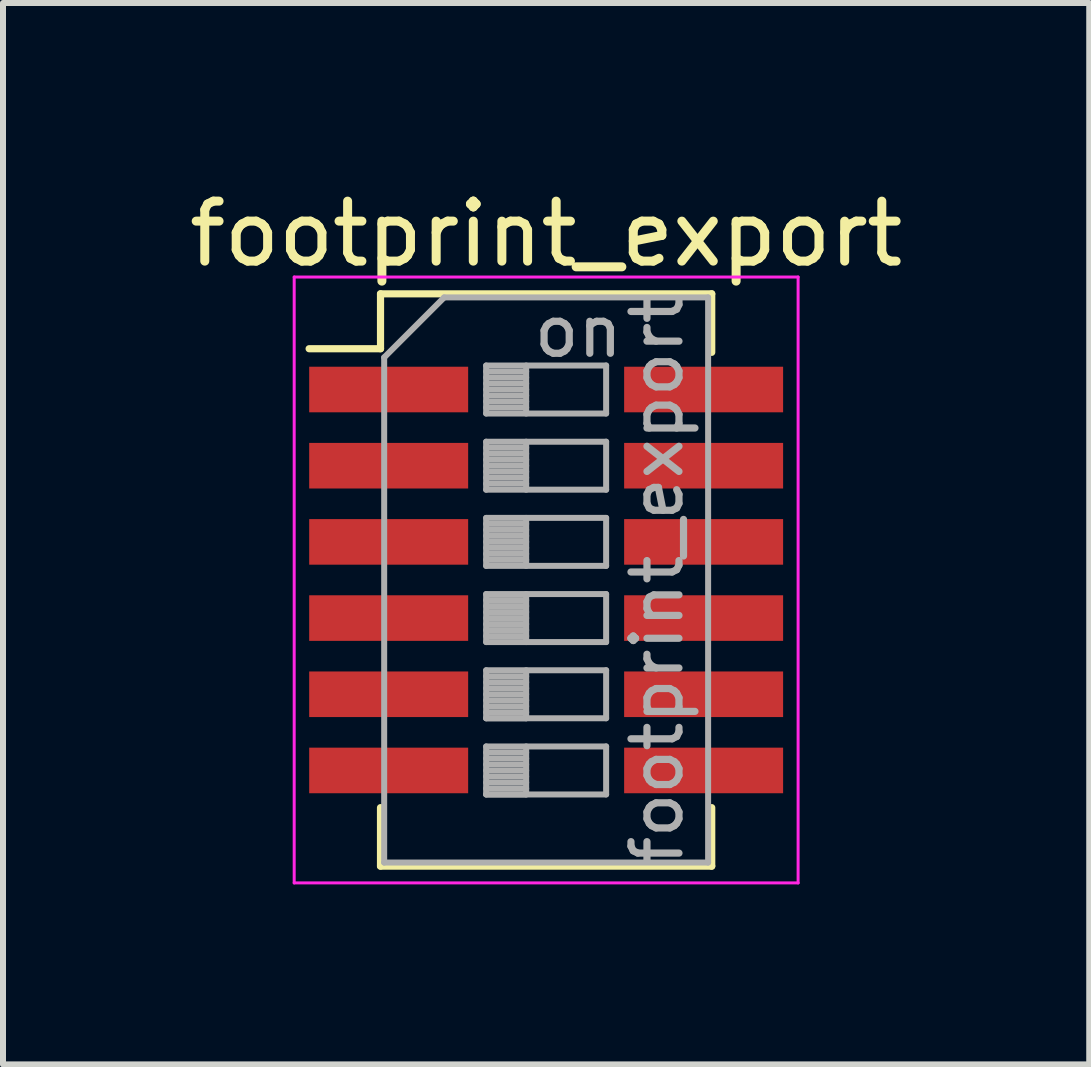
<source format=kicad_pcb>
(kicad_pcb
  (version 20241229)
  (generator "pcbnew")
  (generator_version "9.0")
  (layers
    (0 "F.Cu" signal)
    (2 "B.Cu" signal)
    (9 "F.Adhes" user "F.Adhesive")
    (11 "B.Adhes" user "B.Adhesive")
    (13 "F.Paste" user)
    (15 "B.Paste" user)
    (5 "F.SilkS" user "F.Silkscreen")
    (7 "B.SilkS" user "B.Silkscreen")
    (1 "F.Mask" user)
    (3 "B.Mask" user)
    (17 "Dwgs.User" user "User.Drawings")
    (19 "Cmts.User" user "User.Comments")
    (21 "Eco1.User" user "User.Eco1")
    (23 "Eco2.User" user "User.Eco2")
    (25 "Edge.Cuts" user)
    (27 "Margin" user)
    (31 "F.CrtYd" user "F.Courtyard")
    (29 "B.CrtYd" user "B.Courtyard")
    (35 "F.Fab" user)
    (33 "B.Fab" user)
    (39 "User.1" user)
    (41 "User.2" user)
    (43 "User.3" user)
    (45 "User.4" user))
  (footprint "footprint_export"
    (layer "F.Cu")
    (at 6.054 6.618)
    (property "Reference" "footprint_export" (at 0 -5.77 0) (layer "F.SilkS") (effects (font (size 1 1) (thickness 0.15))))
    (attr smd)
    (fp_line (start -3.951 -3.855) (end -2.761 -3.855) (stroke (width 0.12) (type solid)) (layer "F.SilkS"))
    (fp_line (start -2.761 -4.77) (end -2.761 -3.855) (stroke (width 0.12) (type solid)) (layer "F.SilkS"))
    (fp_line (start -2.761 -4.77) (end 2.76 -4.77) (stroke (width 0.12) (type solid)) (layer "F.SilkS"))
    (fp_line (start -2.761 3.795) (end -2.761 4.77) (stroke (width 0.12) (type solid)) (layer "F.SilkS"))
    (fp_line (start -2.761 4.77) (end 2.76 4.77) (stroke (width 0.12) (type solid)) (layer "F.SilkS"))
    (fp_line (start 2.76 -4.77) (end 2.76 -3.795) (stroke (width 0.12) (type solid)) (layer "F.SilkS"))
    (fp_line (start 2.76 3.795) (end 2.76 4.77) (stroke (width 0.12) (type solid)) (layer "F.SilkS"))
    (fp_line (start -4.2 -5.05) (end -4.2 5.05) (stroke (width 0.05) (type solid)) (layer "F.CrtYd"))
    (fp_line (start -4.2 5.05) (end 4.2 5.05) (stroke (width 0.05) (type solid)) (layer "F.CrtYd"))
    (fp_line (start 4.2 -5.05) (end -4.2 -5.05) (stroke (width 0.05) (type solid)) (layer "F.CrtYd"))
    (fp_line (start 4.2 5.05) (end 4.2 -5.05) (stroke (width 0.05) (type solid)) (layer "F.CrtYd"))
    (fp_line (start -2.7 -3.71) (end -1.7 -4.71) (stroke (width 0.1) (type solid)) (layer "F.Fab"))
    (fp_line (start -2.7 4.71) (end -2.7 -3.71) (stroke (width 0.1) (type solid)) (layer "F.Fab"))
    (fp_line (start -1.7 -4.71) (end 2.7 -4.71) (stroke (width 0.1) (type solid)) (layer "F.Fab"))
    (fp_line (start -1 -3.575) (end -1 -2.775) (stroke (width 0.1) (type solid)) (layer "F.Fab"))
    (fp_line (start -1 -3.475) (end -0.333 -3.475) (stroke (width 0.1) (type solid)) (layer "F.Fab"))
    (fp_line (start -1 -3.375) (end -0.333 -3.375) (stroke (width 0.1) (type solid)) (layer "F.Fab"))
    (fp_line (start -1 -3.275) (end -0.333 -3.275) (stroke (width 0.1) (type solid)) (layer "F.Fab"))
    (fp_line (start -1 -3.175) (end -0.333 -3.175) (stroke (width 0.1) (type solid)) (layer "F.Fab"))
    (fp_line (start -1 -3.075) (end -0.333 -3.075) (stroke (width 0.1) (type solid)) (layer "F.Fab"))
    (fp_line (start -1 -2.975) (end -0.333 -2.975) (stroke (width 0.1) (type solid)) (layer "F.Fab"))
    (fp_line (start -1 -2.875) (end -0.333 -2.875) (stroke (width 0.1) (type solid)) (layer "F.Fab"))
    (fp_line (start -1 -2.775) (end 1 -2.775) (stroke (width 0.1) (type solid)) (layer "F.Fab"))
    (fp_line (start -1 -2.305) (end -1 -1.505) (stroke (width 0.1) (type solid)) (layer "F.Fab"))
    (fp_line (start -1 -2.205) (end -0.333 -2.205) (stroke (width 0.1) (type solid)) (layer "F.Fab"))
    (fp_line (start -1 -2.105) (end -0.333 -2.105) (stroke (width 0.1) (type solid)) (layer "F.Fab"))
    (fp_line (start -1 -2.005) (end -0.333 -2.005) (stroke (width 0.1) (type solid)) (layer "F.Fab"))
    (fp_line (start -1 -1.905) (end -0.333 -1.905) (stroke (width 0.1) (type solid)) (layer "F.Fab"))
    (fp_line (start -1 -1.805) (end -0.333 -1.805) (stroke (width 0.1) (type solid)) (layer "F.Fab"))
    (fp_line (start -1 -1.705) (end -0.333 -1.705) (stroke (width 0.1) (type solid)) (layer "F.Fab"))
    (fp_line (start -1 -1.605) (end -0.333 -1.605) (stroke (width 0.1) (type solid)) (layer "F.Fab"))
    (fp_line (start -1 -1.505) (end 1 -1.505) (stroke (width 0.1) (type solid)) (layer "F.Fab"))
    (fp_line (start -1 -1.035) (end -1 -0.235) (stroke (width 0.1) (type solid)) (layer "F.Fab"))
    (fp_line (start -1 -0.935) (end -0.333 -0.935) (stroke (width 0.1) (type solid)) (layer "F.Fab"))
    (fp_line (start -1 -0.835) (end -0.333 -0.835) (stroke (width 0.1) (type solid)) (layer "F.Fab"))
    (fp_line (start -1 -0.735) (end -0.333 -0.735) (stroke (width 0.1) (type solid)) (layer "F.Fab"))
    (fp_line (start -1 -0.635) (end -0.333 -0.635) (stroke (width 0.1) (type solid)) (layer "F.Fab"))
    (fp_line (start -1 -0.535) (end -0.333 -0.535) (stroke (width 0.1) (type solid)) (layer "F.Fab"))
    (fp_line (start -1 -0.435) (end -0.333 -0.435) (stroke (width 0.1) (type solid)) (layer "F.Fab"))
    (fp_line (start -1 -0.335) (end -0.333 -0.335) (stroke (width 0.1) (type solid)) (layer "F.Fab"))
    (fp_line (start -1 -0.235) (end 1 -0.235) (stroke (width 0.1) (type solid)) (layer "F.Fab"))
    (fp_line (start -1 0.235) (end -1 1.035) (stroke (width 0.1) (type solid)) (layer "F.Fab"))
    (fp_line (start -1 0.335) (end -0.333 0.335) (stroke (width 0.1) (type solid)) (layer "F.Fab"))
    (fp_line (start -1 0.435) (end -0.333 0.435) (stroke (width 0.1) (type solid)) (layer "F.Fab"))
    (fp_line (start -1 0.535) (end -0.333 0.535) (stroke (width 0.1) (type solid)) (layer "F.Fab"))
    (fp_line (start -1 0.635) (end -0.333 0.635) (stroke (width 0.1) (type solid)) (layer "F.Fab"))
    (fp_line (start -1 0.735) (end -0.333 0.735) (stroke (width 0.1) (type solid)) (layer "F.Fab"))
    (fp_line (start -1 0.835) (end -0.333 0.835) (stroke (width 0.1) (type solid)) (layer "F.Fab"))
    (fp_line (start -1 0.935) (end -0.333 0.935) (stroke (width 0.1) (type solid)) (layer "F.Fab"))
    (fp_line (start -1 1.035) (end 1 1.035) (stroke (width 0.1) (type solid)) (layer "F.Fab"))
    (fp_line (start -1 1.505) (end -1 2.305) (stroke (width 0.1) (type solid)) (layer "F.Fab"))
    (fp_line (start -1 1.605) (end -0.333 1.605) (stroke (width 0.1) (type solid)) (layer "F.Fab"))
    (fp_line (start -1 1.705) (end -0.333 1.705) (stroke (width 0.1) (type solid)) (layer "F.Fab"))
    (fp_line (start -1 1.805) (end -0.333 1.805) (stroke (width 0.1) (type solid)) (layer "F.Fab"))
    (fp_line (start -1 1.905) (end -0.333 1.905) (stroke (width 0.1) (type solid)) (layer "F.Fab"))
    (fp_line (start -1 2.005) (end -0.333 2.005) (stroke (width 0.1) (type solid)) (layer "F.Fab"))
    (fp_line (start -1 2.105) (end -0.333 2.105) (stroke (width 0.1) (type solid)) (layer "F.Fab"))
    (fp_line (start -1 2.205) (end -0.333 2.205) (stroke (width 0.1) (type solid)) (layer "F.Fab"))
    (fp_line (start -1 2.305) (end -0.333 2.305) (stroke (width 0.1) (type solid)) (layer "F.Fab"))
    (fp_line (start -1 2.305) (end 1 2.305) (stroke (width 0.1) (type solid)) (layer "F.Fab"))
    (fp_line (start -1 2.775) (end -1 3.575) (stroke (width 0.1) (type solid)) (layer "F.Fab"))
    (fp_line (start -1 2.875) (end -0.333 2.875) (stroke (width 0.1) (type solid)) (layer "F.Fab"))
    (fp_line (start -1 2.975) (end -0.333 2.975) (stroke (width 0.1) (type solid)) (layer "F.Fab"))
    (fp_line (start -1 3.075) (end -0.333 3.075) (stroke (width 0.1) (type solid)) (layer "F.Fab"))
    (fp_line (start -1 3.175) (end -0.333 3.175) (stroke (width 0.1) (type solid)) (layer "F.Fab"))
    (fp_line (start -1 3.275) (end -0.333 3.275) (stroke (width 0.1) (type solid)) (layer "F.Fab"))
    (fp_line (start -1 3.375) (end -0.333 3.375) (stroke (width 0.1) (type solid)) (layer "F.Fab"))
    (fp_line (start -1 3.475) (end -0.333 3.475) (stroke (width 0.1) (type solid)) (layer "F.Fab"))
    (fp_line (start -1 3.575) (end -0.333 3.575) (stroke (width 0.1) (type solid)) (layer "F.Fab"))
    (fp_line (start -1 3.575) (end 1 3.575) (stroke (width 0.1) (type solid)) (layer "F.Fab"))
    (fp_line (start -0.333 -3.575) (end -0.333 -2.775) (stroke (width 0.1) (type solid)) (layer "F.Fab"))
    (fp_line (start -0.333 -2.305) (end -0.333 -1.505) (stroke (width 0.1) (type solid)) (layer "F.Fab"))
    (fp_line (start -0.333 -1.035) (end -0.333 -0.235) (stroke (width 0.1) (type solid)) (layer "F.Fab"))
    (fp_line (start -0.333 0.235) (end -0.333 1.035) (stroke (width 0.1) (type solid)) (layer "F.Fab"))
    (fp_line (start -0.333 1.505) (end -0.333 2.305) (stroke (width 0.1) (type solid)) (layer "F.Fab"))
    (fp_line (start -0.333 2.775) (end -0.333 3.575) (stroke (width 0.1) (type solid)) (layer "F.Fab"))
    (fp_line (start 1 -3.575) (end -1 -3.575) (stroke (width 0.1) (type solid)) (layer "F.Fab"))
    (fp_line (start 1 -2.775) (end 1 -3.575) (stroke (width 0.1) (type solid)) (layer "F.Fab"))
    (fp_line (start 1 -2.305) (end -1 -2.305) (stroke (width 0.1) (type solid)) (layer "F.Fab"))
    (fp_line (start 1 -1.505) (end 1 -2.305) (stroke (width 0.1) (type solid)) (layer "F.Fab"))
    (fp_line (start 1 -1.035) (end -1 -1.035) (stroke (width 0.1) (type solid)) (layer "F.Fab"))
    (fp_line (start 1 -0.235) (end 1 -1.035) (stroke (width 0.1) (type solid)) (layer "F.Fab"))
    (fp_line (start 1 0.235) (end -1 0.235) (stroke (width 0.1) (type solid)) (layer "F.Fab"))
    (fp_line (start 1 1.035) (end 1 0.235) (stroke (width 0.1) (type solid)) (layer "F.Fab"))
    (fp_line (start 1 1.505) (end -1 1.505) (stroke (width 0.1) (type solid)) (layer "F.Fab"))
    (fp_line (start 1 2.305) (end 1 1.505) (stroke (width 0.1) (type solid)) (layer "F.Fab"))
    (fp_line (start 1 2.775) (end -1 2.775) (stroke (width 0.1) (type solid)) (layer "F.Fab"))
    (fp_line (start 1 3.575) (end 1 2.775) (stroke (width 0.1) (type solid)) (layer "F.Fab"))
    (fp_line (start 2.7 -4.71) (end 2.7 4.71) (stroke (width 0.1) (type solid)) (layer "F.Fab"))
    (fp_line (start 2.7 4.71) (end -2.7 4.71) (stroke (width 0.1) (type solid)) (layer "F.Fab"))
    (fp_text user "on" (at 0.537 -4.143 0) (layer "F.Fab") (effects (font (size 0.8 0.8) (thickness 0.12))))
    (fp_text user "${REFERENCE}" (at 1.85 0 90) (layer "F.Fab") (effects (font (size 0.8 0.8) (thickness 0.12))))
    (pad "1" smd rect (at -2.625 -3.175) (size 2.65 0.76) (layers "F.Cu" "F.Mask" "F.Paste"))
    (pad "2" smd rect (at -2.625 -1.905) (size 2.65 0.76) (layers "F.Cu" "F.Mask" "F.Paste"))
    (pad "3" smd rect (at -2.625 -0.635) (size 2.65 0.76) (layers "F.Cu" "F.Mask" "F.Paste"))
    (pad "4" smd rect (at -2.625 0.635) (size 2.65 0.76) (layers "F.Cu" "F.Mask" "F.Paste"))
    (pad "5" smd rect (at -2.625 1.905) (size 2.65 0.76) (layers "F.Cu" "F.Mask" "F.Paste"))
    (pad "6" smd rect (at -2.625 3.175) (size 2.65 0.76) (layers "F.Cu" "F.Mask" "F.Paste"))
    (pad "7" smd rect (at 2.625 3.175) (size 2.65 0.76) (layers "F.Cu" "F.Mask" "F.Paste"))
    (pad "8" smd rect (at 2.625 1.905) (size 2.65 0.76) (layers "F.Cu" "F.Mask" "F.Paste"))
    (pad "9" smd rect (at 2.625 0.635) (size 2.65 0.76) (layers "F.Cu" "F.Mask" "F.Paste"))
    (pad "10" smd rect (at 2.625 -0.635) (size 2.65 0.76) (layers "F.Cu" "F.Mask" "F.Paste"))
    (pad "11" smd rect (at 2.625 -1.905) (size 2.65 0.76) (layers "F.Cu" "F.Mask" "F.Paste"))
    (pad "12" smd rect (at 2.625 -3.175) (size 2.65 0.76) (layers "F.Cu" "F.Mask" "F.Paste")))
  (gr_rect
    (start -3 -3)
    (end 15.107 14.693)
    (stroke (width 0.1) (type default))
    (fill no)
    (layer "Edge.Cuts")))
</source>
